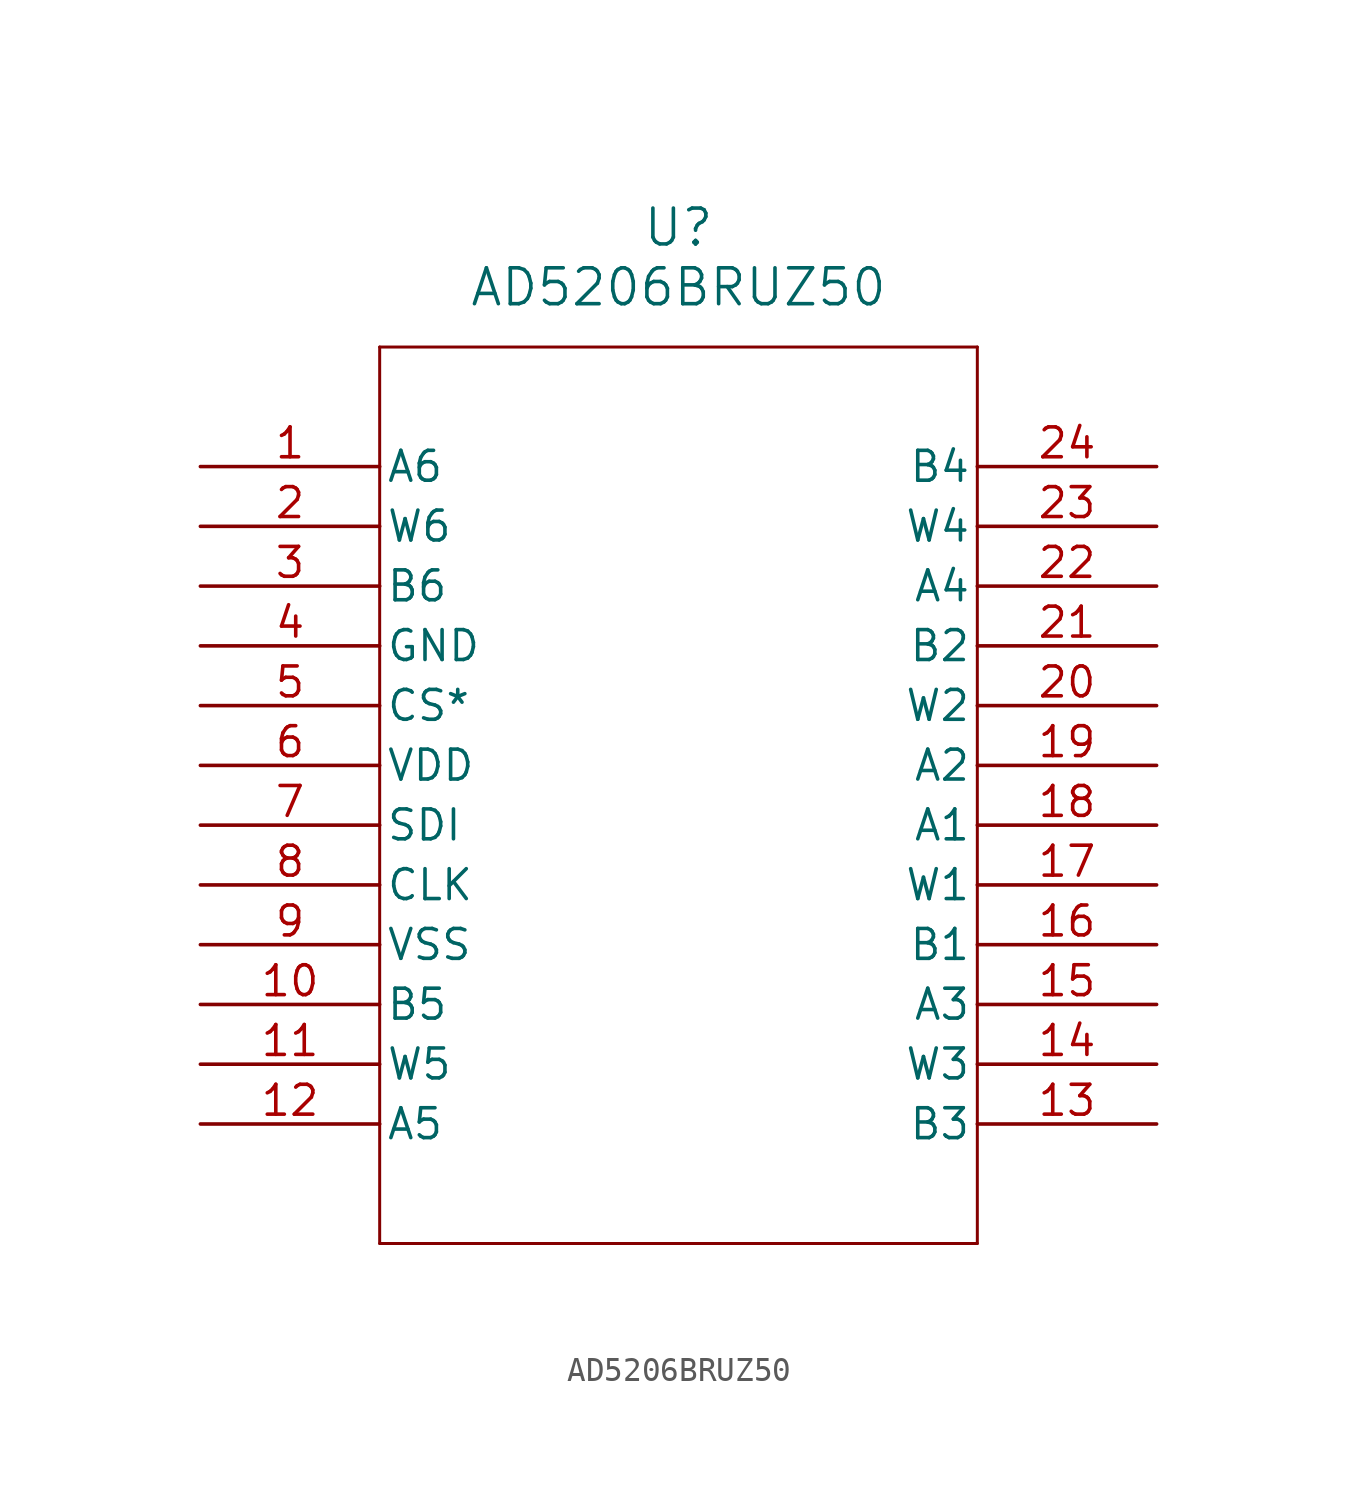
<source format=kicad_sym>
(kicad_symbol_lib
  (version 20211014)
  (generator kicad_symbol_editor)
  (symbol "AD5206BRUZ50"
    (pin_names
      (offset 0.254))
    (property "Reference" "U"
      (at 20.32 10.16 0)
      (effects (font (size 1.524 1.524))))
    (property "Value" "AD5206BRUZ50"
      (at 20.32 7.62 0)
      (effects (font (size 1.524 1.524))))
    (symbol "AD5206BRUZ50_0_1"
      (polyline (pts (xy 7.62 5.08) (xy 7.62 -33.02)) (stroke (width 0.127) (type default) (color 0 0 0 0)) (fill (type none)))
      (polyline (pts (xy 7.62 -33.02) (xy 33.02 -33.02)) (stroke (width 0.127) (type default) (color 0 0 0 0)) (fill (type none)))
      (polyline (pts (xy 33.02 -33.02) (xy 33.02 5.08)) (stroke (width 0.127) (type default) (color 0 0 0 0)) (fill (type none)))
      (polyline (pts (xy 33.02 5.08) (xy 7.62 5.08)) (stroke (width 0.127) (type default) (color 0 0 0 0)) (fill (type none)))
      (pin unspecified line (at 0 0 0) (length 7.62) (name "A6" (effects (font (size 1.27 1.27)))) (number "1" (effects (font (size 1.27 1.27)))))
      (pin unspecified line (at 0 -2.54 0) (length 7.62) (name "W6" (effects (font (size 1.27 1.27)))) (number "2" (effects (font (size 1.27 1.27)))))
      (pin unspecified line (at 0 -5.08 0) (length 7.62) (name "B6" (effects (font (size 1.27 1.27)))) (number "3" (effects (font (size 1.27 1.27)))))
      (pin unspecified line (at 0 -7.62 0) (length 7.62) (name "GND" (effects (font (size 1.27 1.27)))) (number "4" (effects (font (size 1.27 1.27)))))
      (pin unspecified line (at 0 -10.16 0) (length 7.62) (name "CS*" (effects (font (size 1.27 1.27)))) (number "5" (effects (font (size 1.27 1.27)))))
      (pin power_in line (at 0 -12.7 0) (length 7.62) (name "VDD" (effects (font (size 1.27 1.27)))) (number "6" (effects (font (size 1.27 1.27)))))
      (pin unspecified line (at 0 -15.24 0) (length 7.62) (name "SDI" (effects (font (size 1.27 1.27)))) (number "7" (effects (font (size 1.27 1.27)))))
      (pin unspecified line (at 0 -17.78 0) (length 7.62) (name "CLK" (effects (font (size 1.27 1.27)))) (number "8" (effects (font (size 1.27 1.27)))))
      (pin power_in line (at 0 -20.32 0) (length 7.62) (name "VSS" (effects (font (size 1.27 1.27)))) (number "9" (effects (font (size 1.27 1.27)))))
      (pin unspecified line (at 0 -22.86 0) (length 7.62) (name "B5" (effects (font (size 1.27 1.27)))) (number "10" (effects (font (size 1.27 1.27)))))
      (pin unspecified line (at 0 -25.4 0) (length 7.62) (name "W5" (effects (font (size 1.27 1.27)))) (number "11" (effects (font (size 1.27 1.27)))))
      (pin unspecified line (at 0 -27.94 0) (length 7.62) (name "A5" (effects (font (size 1.27 1.27)))) (number "12" (effects (font (size 1.27 1.27)))))
      (pin unspecified line (at 40.64 -27.94 180) (length 7.62) (name "B3" (effects (font (size 1.27 1.27)))) (number "13" (effects (font (size 1.27 1.27)))))
      (pin unspecified line (at 40.64 -25.4 180) (length 7.62) (name "W3" (effects (font (size 1.27 1.27)))) (number "14" (effects (font (size 1.27 1.27)))))
      (pin unspecified line (at 40.64 -22.86 180) (length 7.62) (name "A3" (effects (font (size 1.27 1.27)))) (number "15" (effects (font (size 1.27 1.27)))))
      (pin unspecified line (at 40.64 -20.32 180) (length 7.62) (name "B1" (effects (font (size 1.27 1.27)))) (number "16" (effects (font (size 1.27 1.27)))))
      (pin unspecified line (at 40.64 -17.78 180) (length 7.62) (name "W1" (effects (font (size 1.27 1.27)))) (number "17" (effects (font (size 1.27 1.27)))))
      (pin unspecified line (at 40.64 -15.24 180) (length 7.62) (name "A1" (effects (font (size 1.27 1.27)))) (number "18" (effects (font (size 1.27 1.27)))))
      (pin unspecified line (at 40.64 -12.7 180) (length 7.62) (name "A2" (effects (font (size 1.27 1.27)))) (number "19" (effects (font (size 1.27 1.27)))))
      (pin unspecified line (at 40.64 -10.16 180) (length 7.62) (name "W2" (effects (font (size 1.27 1.27)))) (number "20" (effects (font (size 1.27 1.27)))))
      (pin unspecified line (at 40.64 -7.62 180) (length 7.62) (name "B2" (effects (font (size 1.27 1.27)))) (number "21" (effects (font (size 1.27 1.27)))))
      (pin unspecified line (at 40.64 -5.08 180) (length 7.62) (name "A4" (effects (font (size 1.27 1.27)))) (number "22" (effects (font (size 1.27 1.27)))))
      (pin unspecified line (at 40.64 -2.54 180) (length 7.62) (name "W4" (effects (font (size 1.27 1.27)))) (number "23" (effects (font (size 1.27 1.27)))))
      (pin unspecified line (at 40.64 0 180) (length 7.62) (name "B4" (effects (font (size 1.27 1.27)))) (number "24" (effects (font (size 1.27 1.27))))))))
</source>
